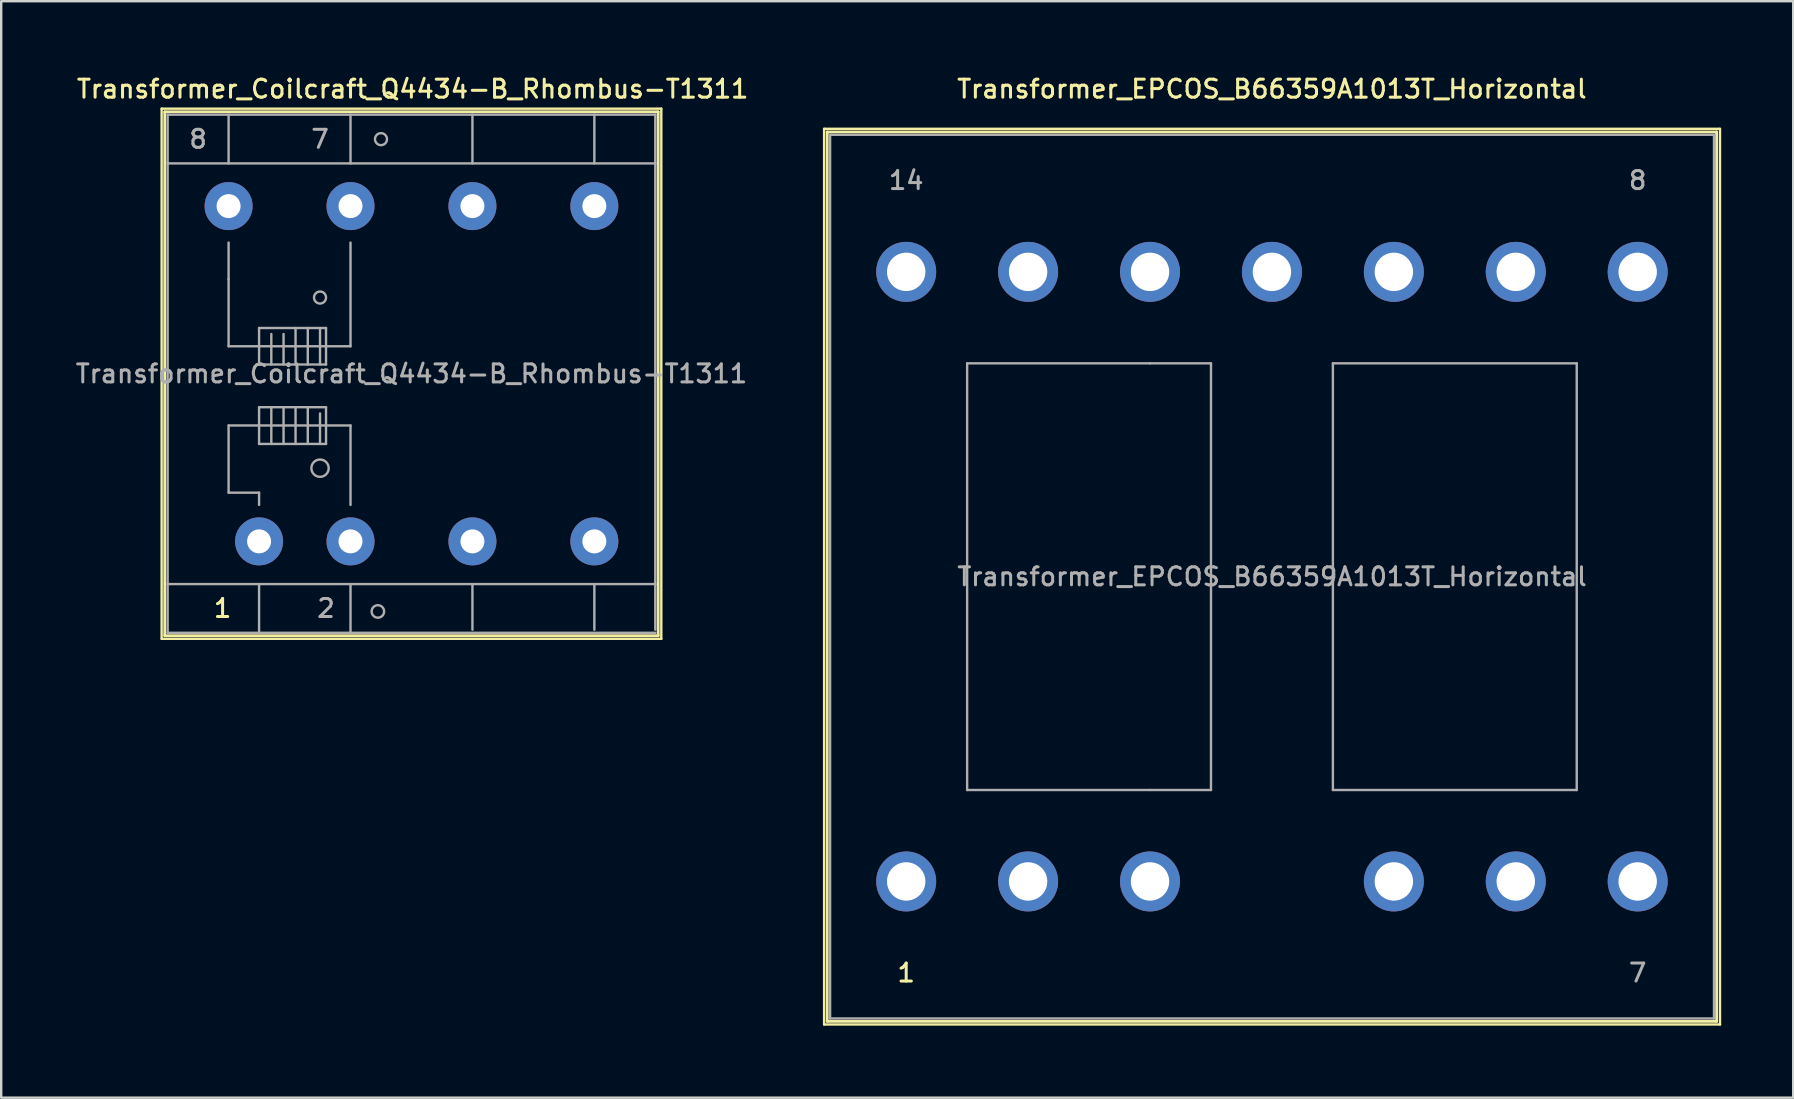
<source format=kicad_pcb>
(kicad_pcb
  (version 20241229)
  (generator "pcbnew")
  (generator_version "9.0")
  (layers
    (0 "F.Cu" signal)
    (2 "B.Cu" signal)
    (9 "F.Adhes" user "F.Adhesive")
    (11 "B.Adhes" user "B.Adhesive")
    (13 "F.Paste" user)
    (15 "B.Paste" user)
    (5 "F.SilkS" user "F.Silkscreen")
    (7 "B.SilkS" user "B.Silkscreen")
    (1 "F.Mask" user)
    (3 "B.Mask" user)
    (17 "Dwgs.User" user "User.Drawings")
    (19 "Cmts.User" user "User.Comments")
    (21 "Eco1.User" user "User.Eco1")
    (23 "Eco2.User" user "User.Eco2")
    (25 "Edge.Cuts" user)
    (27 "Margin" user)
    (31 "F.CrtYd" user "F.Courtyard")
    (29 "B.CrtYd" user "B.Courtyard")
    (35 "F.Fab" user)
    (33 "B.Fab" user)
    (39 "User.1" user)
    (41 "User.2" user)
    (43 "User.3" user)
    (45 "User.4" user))
  (footprint "Transformer_EPCOS_B66359A1013T_Horizontal"
    (layer "F.Cu")
    (at 34.709 33.678)
    (property "Reference" "Transformer_EPCOS_B66359A1013T_Horizontal" (at 15.24 -33.02 0) (layer "F.SilkS") (effects (font (size 0.75 0.75) (thickness 0.125))))
    (attr through_hole)
    (fp_line (start -3.42 -31.36) (end -3.42 5.96) (stroke (width 0.1) (type solid)) (layer "F.SilkS"))
    (fp_line (start -3.42 -31.36) (end 33.91 -31.36) (stroke (width 0.1) (type solid)) (layer "F.SilkS"))
    (fp_line (start -3.29 -31.23) (end -3.29 5.83) (stroke (width 0.12) (type solid)) (layer "F.SilkS"))
    (fp_line (start -3.29 -31.23) (end 33.77 -31.23) (stroke (width 0.12) (type solid)) (layer "F.SilkS"))
    (fp_line (start 33.77 5.83) (end -3.29 5.83) (stroke (width 0.12) (type solid)) (layer "F.SilkS"))
    (fp_line (start 33.77 5.83) (end 33.77 -31.23) (stroke (width 0.12) (type solid)) (layer "F.SilkS"))
    (fp_line (start 33.91 5.96) (end -3.42 5.96) (stroke (width 0.1) (type solid)) (layer "F.SilkS"))
    (fp_line (start 33.91 5.96) (end 33.91 -31.36) (stroke (width 0.1) (type solid)) (layer "F.SilkS"))
    (fp_line (start -3.17 -31.11) (end 33.66 -31.11) (stroke (width 0.1) (type solid)) (layer "F.Fab"))
    (fp_line (start -3.17 5.71) (end -3.17 -31.11) (stroke (width 0.1) (type solid)) (layer "F.Fab"))
    (fp_line (start 2.54 -21.59) (end 2.54 -3.81) (stroke (width 0.1) (type solid)) (layer "F.Fab"))
    (fp_line (start 2.54 -3.81) (end 10.16 -3.81) (stroke (width 0.1) (type solid)) (layer "F.Fab"))
    (fp_line (start 10.16 -21.59) (end 2.54 -21.59) (stroke (width 0.1) (type solid)) (layer "F.Fab"))
    (fp_line (start 10.16 -21.59) (end 12.7 -21.59) (stroke (width 0.1) (type solid)) (layer "F.Fab"))
    (fp_line (start 12.7 -21.59) (end 12.7 -3.81) (stroke (width 0.1) (type solid)) (layer "F.Fab"))
    (fp_line (start 12.7 -3.81) (end 10.16 -3.81) (stroke (width 0.1) (type solid)) (layer "F.Fab"))
    (fp_line (start 17.78 -21.59) (end 17.78 -3.81) (stroke (width 0.1) (type solid)) (layer "F.Fab"))
    (fp_line (start 17.78 -3.81) (end 27.94 -3.81) (stroke (width 0.1) (type solid)) (layer "F.Fab"))
    (fp_line (start 27.94 -21.59) (end 17.78 -21.59) (stroke (width 0.1) (type solid)) (layer "F.Fab"))
    (fp_line (start 27.94 -3.81) (end 27.94 -21.59) (stroke (width 0.1) (type solid)) (layer "F.Fab"))
    (fp_line (start 33.66 -31.11) (end 33.66 5.71) (stroke (width 0.1) (type solid)) (layer "F.Fab"))
    (fp_line (start 33.66 5.71) (end -3.17 5.71) (stroke (width 0.1) (type solid)) (layer "F.Fab"))
    (fp_text user "1" (at 0 3.81 0) (layer "F.SilkS") (effects (font (size 0.75 0.75) (thickness 0.125))))
    (fp_text user "8" (at 30.48 -29.21 0) (layer "F.Fab") (effects (font (size 0.75 0.75) (thickness 0.125))))
    (fp_text user "${REFERENCE}" (at 15.245 -12.7 0) (layer "F.Fab") (effects (font (size 0.75 0.75) (thickness 0.125))))
    (fp_text user "7" (at 30.48 3.81 0) (layer "F.Fab") (effects (font (size 0.75 0.75) (thickness 0.125))))
    (fp_text user "14" (at 0 -29.21 0) (layer "F.Fab") (effects (font (size 0.75 0.75) (thickness 0.125))))
    (pad "1" thru_hole circle (at 0 0) (size 2.5 2.5) (drill 1.6) (layers "*.Cu" "*.Mask"))
    (pad "2" thru_hole circle (at 5.08 0) (size 2.5 2.5) (drill 1.6) (layers "*.Cu" "*.Mask"))
    (pad "3" thru_hole circle (at 10.16 0) (size 2.5 2.5) (drill 1.6) (layers "*.Cu" "*.Mask"))
    (pad "5" thru_hole circle (at 20.32 0) (size 2.5 2.5) (drill 1.6) (layers "*.Cu" "*.Mask"))
    (pad "6" thru_hole circle (at 25.4 0) (size 2.5 2.5) (drill 1.6) (layers "*.Cu" "*.Mask"))
    (pad "7" thru_hole circle (at 30.48 0) (size 2.5 2.5) (drill 1.6) (layers "*.Cu" "*.Mask"))
    (pad "8" thru_hole circle (at 30.48 -25.4) (size 2.5 2.5) (drill 1.6) (layers "*.Cu" "*.Mask"))
    (pad "9" thru_hole circle (at 25.4 -25.4) (size 2.5 2.5) (drill 1.6) (layers "*.Cu" "*.Mask"))
    (pad "10" thru_hole circle (at 20.32 -25.4) (size 2.5 2.5) (drill 1.6) (layers "*.Cu" "*.Mask"))
    (pad "11" thru_hole circle (at 15.24 -25.4) (size 2.5 2.5) (drill 1.6) (layers "*.Cu" "*.Mask"))
    (pad "12" thru_hole circle (at 10.16 -25.4) (size 2.5 2.5) (drill 1.6) (layers "*.Cu" "*.Mask"))
    (pad "13" thru_hole circle (at 5.08 -25.4) (size 2.5 2.5) (drill 1.6) (layers "*.Cu" "*.Mask"))
    (pad "14" thru_hole circle (at 0 -25.4) (size 2.5 2.5) (drill 1.6) (layers "*.Cu" "*.Mask")))
  (footprint "Transformer_Coilcraft_Q4434-B_Rhombus-T1311"
    (layer "F.Cu")
    (at 7.745 19.508)
    (property "Reference" "Transformer_Coilcraft_Q4434-B_Rhombus-T1311" (at 6.4 -18.85 0) (layer "F.SilkS") (effects (font (size 0.75 0.75) (thickness 0.125))))
    (attr through_hole)
    (fp_line (start -4.06 -18.03) (end -4.06 4.06) (stroke (width 0.1) (type solid)) (layer "F.SilkS"))
    (fp_line (start -4.06 -18.03) (end 16.76 -18.03) (stroke (width 0.1) (type solid)) (layer "F.SilkS"))
    (fp_line (start -3.93 -17.9) (end -3.93 3.93) (stroke (width 0.12) (type solid)) (layer "F.SilkS"))
    (fp_line (start -3.93 -17.9) (end 16.63 -17.9) (stroke (width 0.12) (type solid)) (layer "F.SilkS"))
    (fp_line (start 16.63 3.93) (end -3.93 3.93) (stroke (width 0.12) (type solid)) (layer "F.SilkS"))
    (fp_line (start 16.63 3.93) (end 16.63 -17.9) (stroke (width 0.12) (type solid)) (layer "F.SilkS"))
    (fp_line (start 16.76 4.06) (end -4.06 4.06) (stroke (width 0.1) (type solid)) (layer "F.SilkS"))
    (fp_line (start 16.76 4.06) (end 16.76 -18.03) (stroke (width 0.1) (type solid)) (layer "F.SilkS"))
    (fp_line (start -3.81 -17.78) (end -3.81 -15.75) (stroke (width 0.1) (type solid)) (layer "F.Fab"))
    (fp_line (start -3.81 -15.75) (end -3.81 1.78) (stroke (width 0.1) (type solid)) (layer "F.Fab"))
    (fp_line (start -3.81 1.78) (end -3.81 3.81) (stroke (width 0.1) (type solid)) (layer "F.Fab"))
    (fp_line (start -3.81 1.78) (end 16.51 1.78) (stroke (width 0.1) (type solid)) (layer "F.Fab"))
    (fp_line (start -3.81 3.81) (end 16.51 3.81) (stroke (width 0.1) (type solid)) (layer "F.Fab"))
    (fp_line (start -1.27 -15.75) (end -1.27 -17.78) (stroke (width 0.1) (type solid)) (layer "F.Fab"))
    (fp_line (start -1.27 -12.45) (end -1.27 -10.92) (stroke (width 0.1) (type solid)) (layer "F.Fab"))
    (fp_line (start -1.27 -10.92) (end -1.27 -8.13) (stroke (width 0.1) (type solid)) (layer "F.Fab"))
    (fp_line (start -1.27 -8.13) (end 3.81 -8.13) (stroke (width 0.1) (type solid)) (layer "F.Fab"))
    (fp_line (start -1.27 -4.83) (end -1.27 -2.03) (stroke (width 0.1) (type solid)) (layer "F.Fab"))
    (fp_line (start -1.27 -2.03) (end 0 -2.03) (stroke (width 0.1) (type solid)) (layer "F.Fab"))
    (fp_line (start 0 -8.89) (end 2.79 -8.89) (stroke (width 0.1) (type solid)) (layer "F.Fab"))
    (fp_line (start 0 -7.37) (end 0 -8.89) (stroke (width 0.1) (type solid)) (layer "F.Fab"))
    (fp_line (start 0 -5.59) (end 0 -4.06) (stroke (width 0.1) (type solid)) (layer "F.Fab"))
    (fp_line (start 0 -4.83) (end -1.27 -4.83) (stroke (width 0.1) (type solid)) (layer "F.Fab"))
    (fp_line (start 0 -4.83) (end 3.81 -4.83) (stroke (width 0.1) (type solid)) (layer "F.Fab"))
    (fp_line (start 0 -4.06) (end 2.79 -4.06) (stroke (width 0.1) (type solid)) (layer "F.Fab"))
    (fp_line (start 0 -2.03) (end 0 -1.52) (stroke (width 0.1) (type solid)) (layer "F.Fab"))
    (fp_line (start 0 1.78) (end 0 3.81) (stroke (width 0.1) (type solid)) (layer "F.Fab"))
    (fp_line (start 0.51 -8.64) (end 0.51 -7.37) (stroke (width 0.1) (type solid)) (layer "F.Fab"))
    (fp_line (start 0.51 -5.59) (end 0.51 -4.06) (stroke (width 0.1) (type solid)) (layer "F.Fab"))
    (fp_line (start 1.02 -8.64) (end 1.02 -7.37) (stroke (width 0.1) (type solid)) (layer "F.Fab"))
    (fp_line (start 1.02 -5.59) (end 1.02 -4.06) (stroke (width 0.1) (type solid)) (layer "F.Fab"))
    (fp_line (start 1.52 -8.89) (end 1.52 -7.37) (stroke (width 0.1) (type solid)) (layer "F.Fab"))
    (fp_line (start 1.52 -5.59) (end 1.52 -4.06) (stroke (width 0.1) (type solid)) (layer "F.Fab"))
    (fp_line (start 2.03 -8.89) (end 2.03 -7.37) (stroke (width 0.1) (type solid)) (layer "F.Fab"))
    (fp_line (start 2.03 -5.59) (end 2.03 -4.06) (stroke (width 0.1) (type solid)) (layer "F.Fab"))
    (fp_line (start 2.54 -8.89) (end 2.54 -7.37) (stroke (width 0.1) (type solid)) (layer "F.Fab"))
    (fp_line (start 2.54 -5.33) (end 2.54 -4.06) (stroke (width 0.1) (type solid)) (layer "F.Fab"))
    (fp_line (start 2.79 -8.89) (end 2.79 -7.37) (stroke (width 0.1) (type solid)) (layer "F.Fab"))
    (fp_line (start 2.79 -7.37) (end 0 -7.37) (stroke (width 0.1) (type solid)) (layer "F.Fab"))
    (fp_line (start 2.79 -5.59) (end 0 -5.59) (stroke (width 0.1) (type solid)) (layer "F.Fab"))
    (fp_line (start 2.79 -4.06) (end 2.79 -5.59) (stroke (width 0.1) (type solid)) (layer "F.Fab"))
    (fp_line (start 3.81 -15.75) (end 3.81 -17.78) (stroke (width 0.1) (type solid)) (layer "F.Fab"))
    (fp_line (start 3.81 -8.13) (end 3.81 -12.45) (stroke (width 0.1) (type solid)) (layer "F.Fab"))
    (fp_line (start 3.81 -4.83) (end 3.81 -1.52) (stroke (width 0.1) (type solid)) (layer "F.Fab"))
    (fp_line (start 3.81 1.78) (end 3.81 3.81) (stroke (width 0.1) (type solid)) (layer "F.Fab"))
    (fp_line (start 8.89 -15.75) (end 8.89 -17.78) (stroke (width 0.1) (type solid)) (layer "F.Fab"))
    (fp_line (start 8.89 1.78) (end 8.89 3.68) (stroke (width 0.1) (type solid)) (layer "F.Fab"))
    (fp_line (start 13.97 -15.75) (end 13.97 -17.78) (stroke (width 0.1) (type solid)) (layer "F.Fab"))
    (fp_line (start 13.97 1.78) (end 13.97 3.68) (stroke (width 0.1) (type solid)) (layer "F.Fab"))
    (fp_line (start 16.51 -17.78) (end -3.81 -17.78) (stroke (width 0.1) (type solid)) (layer "F.Fab"))
    (fp_line (start 16.51 -17.78) (end 16.51 -15.75) (stroke (width 0.1) (type solid)) (layer "F.Fab"))
    (fp_line (start 16.51 -15.75) (end -3.81 -15.75) (stroke (width 0.1) (type solid)) (layer "F.Fab"))
    (fp_line (start 16.51 1.78) (end 16.51 -15.75) (stroke (width 0.1) (type solid)) (layer "F.Fab"))
    (fp_line (start 16.51 1.78) (end 16.51 3.68) (stroke (width 0.1) (type solid)) (layer "F.Fab"))
    (fp_circle (center 2.54 -10.16) (end 2.54 -9.91) (stroke (width 0.1) (type solid)) (fill no) (layer "F.Fab"))
    (fp_circle (center 2.54 -3.05) (end 2.79 -2.79) (stroke (width 0.1) (type solid)) (fill no) (layer "F.Fab"))
    (fp_circle (center 4.95 2.92) (end 4.95 3.18) (stroke (width 0.1) (type solid)) (fill no) (layer "F.Fab"))
    (fp_circle (center 5.08 -16.76) (end 5.08 -16.51) (stroke (width 0.1) (type solid)) (fill no) (layer "F.Fab"))
    (fp_text user "1" (at -1.52 2.79 0) (layer "F.SilkS") (effects (font (size 0.75 0.75) (thickness 0.125))))
    (fp_text user "${REFERENCE}" (at 6.35 -6.985 0) (layer "F.Fab") (effects (font (size 0.75 0.75) (thickness 0.125))))
    (fp_text user "7" (at 2.54 -16.76 0) (layer "F.Fab") (effects (font (size 0.75 0.75) (thickness 0.125))))
    (fp_text user "8" (at -2.54 -16.76 0) (layer "F.Fab") (effects (font (size 0.75 0.75) (thickness 0.125))))
    (fp_text user "2" (at 2.79 2.79 0) (layer "F.Fab") (effects (font (size 0.75 0.75) (thickness 0.125))))
    (pad "1" thru_hole circle (at 0 0) (size 2 2) (drill 1) (layers "*.Cu" "*.Mask"))
    (pad "2" thru_hole circle (at 3.81 0) (size 2 2) (drill 1) (layers "*.Cu" "*.Mask"))
    (pad "3" thru_hole circle (at 8.89 0) (size 2 2) (drill 1) (layers "*.Cu" "*.Mask"))
    (pad "4" thru_hole circle (at 13.97 0) (size 2 2) (drill 1) (layers "*.Cu" "*.Mask"))
    (pad "5" thru_hole circle (at 13.97 -13.97) (size 2 2) (drill 1) (layers "*.Cu" "*.Mask"))
    (pad "6" thru_hole circle (at 8.89 -13.97) (size 2 2) (drill 1) (layers "*.Cu" "*.Mask"))
    (pad "7" thru_hole circle (at 3.81 -13.97) (size 2 2) (drill 1) (layers "*.Cu" "*.Mask"))
    (pad "8" thru_hole circle (at -1.27 -13.97) (size 2 2) (drill 1) (layers "*.Cu" "*.Mask")))
  (gr_rect
    (start -3 -3)
    (end 71.669 42.688)
    (stroke (width 0.1) (type default))
    (fill no)
    (layer "Edge.Cuts")))
</source>
